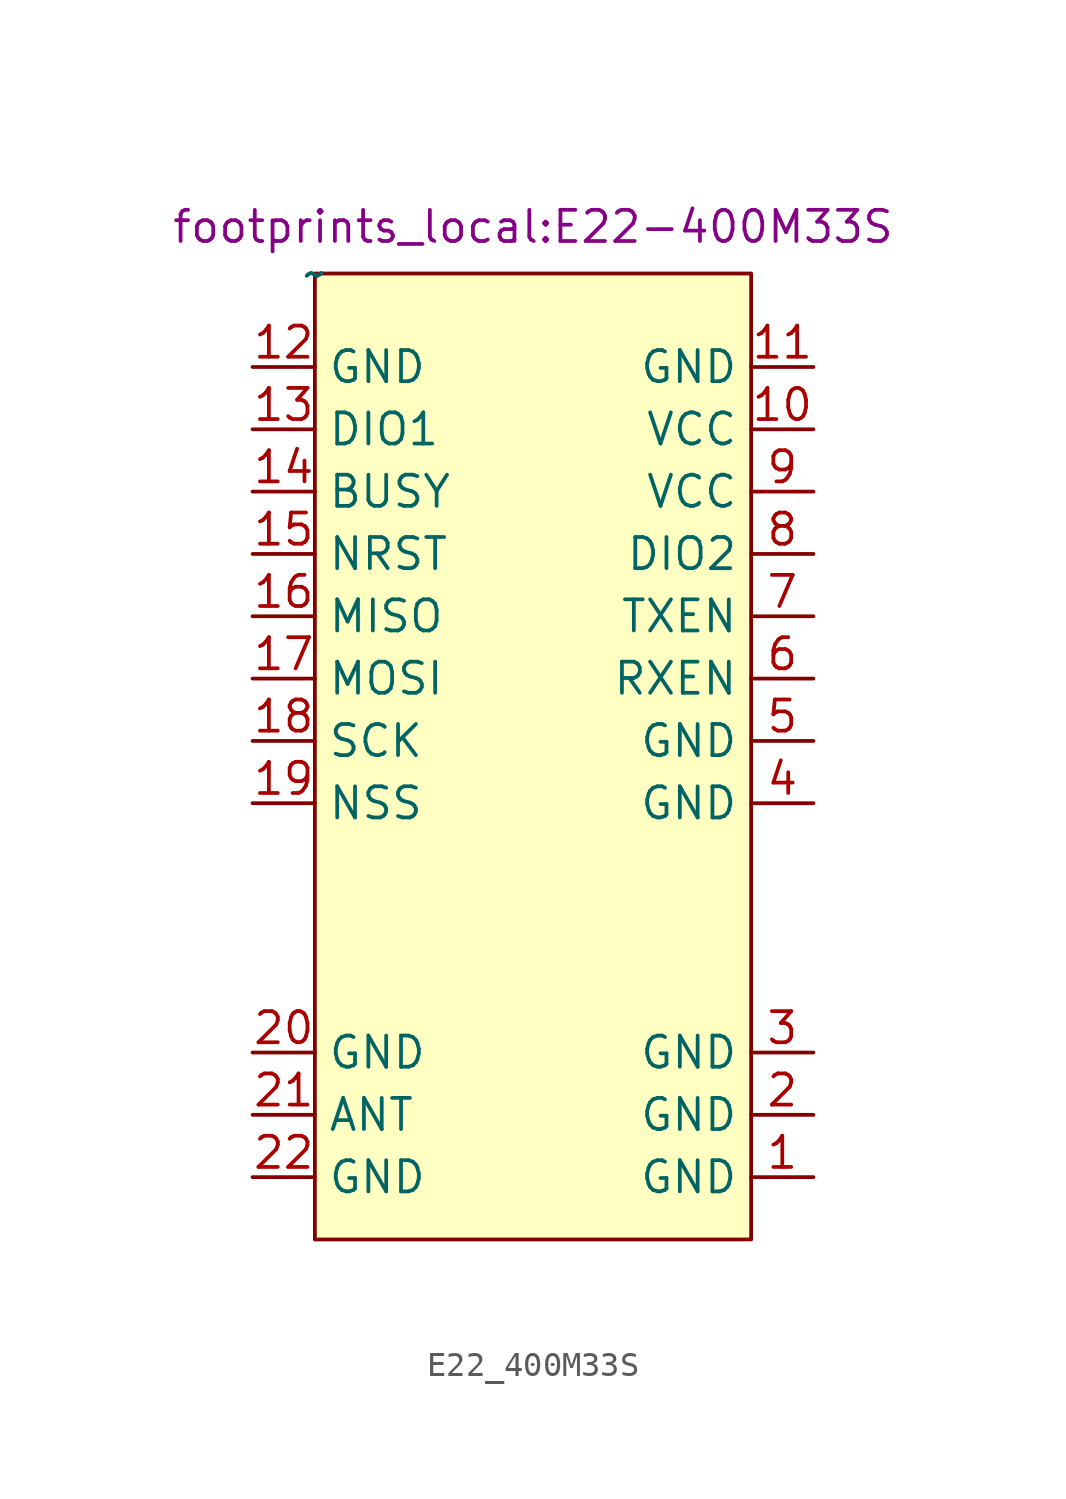
<source format=kicad_sym>
(kicad_symbol_lib
  (version 20231120)
  (generator "kicad_symbol_editor")
  (generator_version "8.0")
  (symbol "E22_400M33S"
    (property "Reference" "U2"
      (at 8.89 4.445 0)
      (effects (font (size 1.27 1.27)) (hide yes)))
    (property "Value" "~"
      (at 0 0 0)
      (effects (font (size 1.27 1.27))))
    (property "Footprint" "footprints_local:E22-400M33S"
      (at 8.89 1.905 0)
      (effects (font (size 1.27 1.27))))
    (symbol "E22_400M33S_1_1"
      (rectangle (start 0 0) (end 17.78 -39.37) (stroke (width 0) (type default)) (fill (type background)))
      (pin power_in line (at 20.32 -36.83 180) (length 2.54) (name "GND" (effects (font (size 1.27 1.27)))) (number "1" (effects (font (size 1.27 1.27)))))
      (pin power_in line (at 20.32 -6.35 180) (length 2.54) (name "VCC" (effects (font (size 1.27 1.27)))) (number "10" (effects (font (size 1.27 1.27)))))
      (pin power_in line (at 20.32 -3.81 180) (length 2.54) (name "GND" (effects (font (size 1.27 1.27)))) (number "11" (effects (font (size 1.27 1.27)))))
      (pin power_in line (at -2.54 -3.81 0) (length 2.54) (name "GND" (effects (font (size 1.27 1.27)))) (number "12" (effects (font (size 1.27 1.27)))))
      (pin bidirectional line (at -2.54 -6.35 0) (length 2.54) (name "DIO1" (effects (font (size 1.27 1.27)))) (number "13" (effects (font (size 1.27 1.27)))))
      (pin output line (at -2.54 -8.89 0) (length 2.54) (name "BUSY" (effects (font (size 1.27 1.27)))) (number "14" (effects (font (size 1.27 1.27)))))
      (pin input line (at -2.54 -11.43 0) (length 2.54) (name "NRST" (effects (font (size 1.27 1.27)))) (number "15" (effects (font (size 1.27 1.27)))))
      (pin output line (at -2.54 -13.97 0) (length 2.54) (name "MISO" (effects (font (size 1.27 1.27)))) (number "16" (effects (font (size 1.27 1.27)))))
      (pin input line (at -2.54 -16.51 0) (length 2.54) (name "MOSI" (effects (font (size 1.27 1.27)))) (number "17" (effects (font (size 1.27 1.27)))))
      (pin input line (at -2.54 -19.05 0) (length 2.54) (name "SCK" (effects (font (size 1.27 1.27)))) (number "18" (effects (font (size 1.27 1.27)))))
      (pin input line (at -2.54 -21.59 0) (length 2.54) (name "NSS" (effects (font (size 1.27 1.27)))) (number "19" (effects (font (size 1.27 1.27)))))
      (pin power_in line (at 20.32 -34.29 180) (length 2.54) (name "GND" (effects (font (size 1.27 1.27)))) (number "2" (effects (font (size 1.27 1.27)))))
      (pin power_in line (at -2.54 -31.75 0) (length 2.54) (name "GND" (effects (font (size 1.27 1.27)))) (number "20" (effects (font (size 1.27 1.27)))))
      (pin bidirectional line (at -2.54 -34.29 0) (length 2.54) (name "ANT" (effects (font (size 1.27 1.27)))) (number "21" (effects (font (size 1.27 1.27)))))
      (pin power_in line (at -2.54 -36.83 0) (length 2.54) (name "GND" (effects (font (size 1.27 1.27)))) (number "22" (effects (font (size 1.27 1.27)))))
      (pin power_in line (at 20.32 -31.75 180) (length 2.54) (name "GND" (effects (font (size 1.27 1.27)))) (number "3" (effects (font (size 1.27 1.27)))))
      (pin power_in line (at 20.32 -21.59 180) (length 2.54) (name "GND" (effects (font (size 1.27 1.27)))) (number "4" (effects (font (size 1.27 1.27)))))
      (pin power_in line (at 20.32 -19.05 180) (length 2.54) (name "GND" (effects (font (size 1.27 1.27)))) (number "5" (effects (font (size 1.27 1.27)))))
      (pin input line (at 20.32 -16.51 180) (length 2.54) (name "RXEN" (effects (font (size 1.27 1.27)))) (number "6" (effects (font (size 1.27 1.27)))))
      (pin input line (at 20.32 -13.97 180) (length 2.54) (name "TXEN" (effects (font (size 1.27 1.27)))) (number "7" (effects (font (size 1.27 1.27)))))
      (pin bidirectional line (at 20.32 -11.43 180) (length 2.54) (name "DIO2" (effects (font (size 1.27 1.27)))) (number "8" (effects (font (size 1.27 1.27)))))
      (pin power_in line (at 20.32 -8.89 180) (length 2.54) (name "VCC" (effects (font (size 1.27 1.27)))) (number "9" (effects (font (size 1.27 1.27))))))))
</source>
